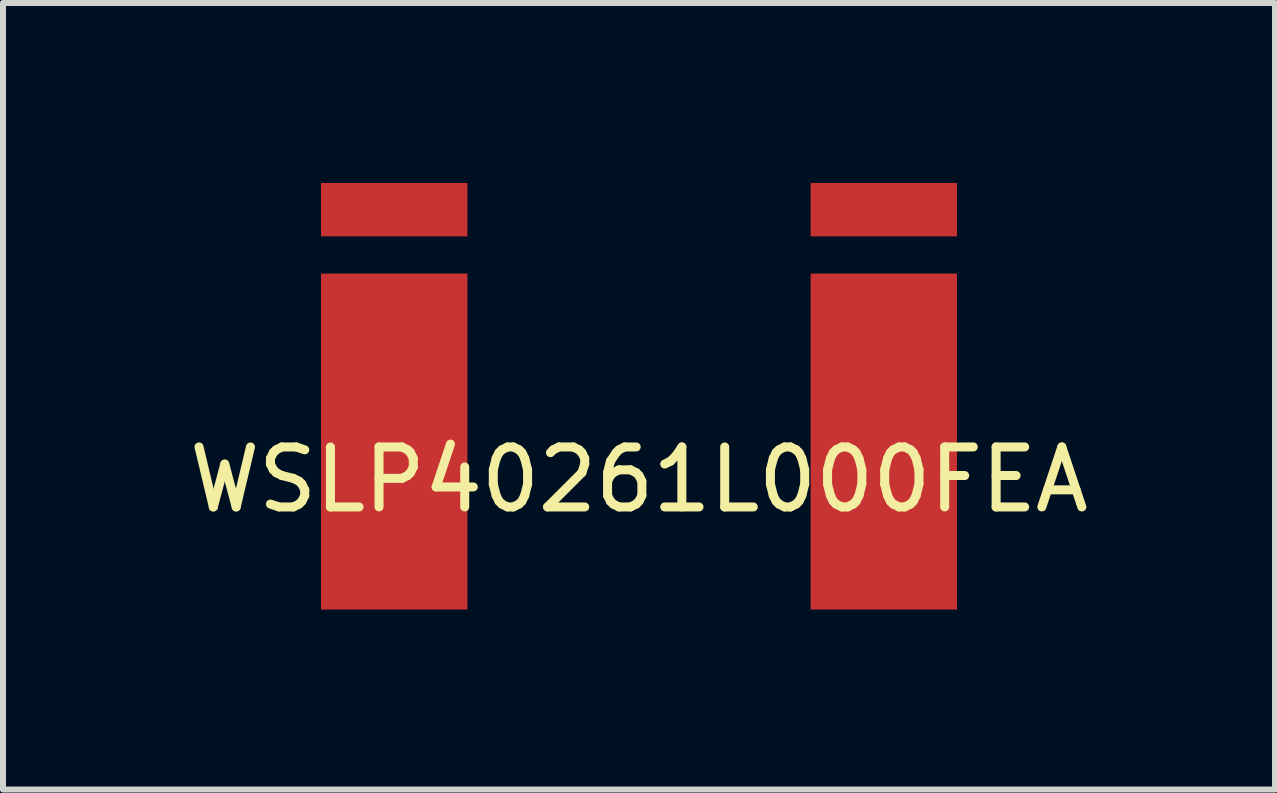
<source format=kicad_pcb>
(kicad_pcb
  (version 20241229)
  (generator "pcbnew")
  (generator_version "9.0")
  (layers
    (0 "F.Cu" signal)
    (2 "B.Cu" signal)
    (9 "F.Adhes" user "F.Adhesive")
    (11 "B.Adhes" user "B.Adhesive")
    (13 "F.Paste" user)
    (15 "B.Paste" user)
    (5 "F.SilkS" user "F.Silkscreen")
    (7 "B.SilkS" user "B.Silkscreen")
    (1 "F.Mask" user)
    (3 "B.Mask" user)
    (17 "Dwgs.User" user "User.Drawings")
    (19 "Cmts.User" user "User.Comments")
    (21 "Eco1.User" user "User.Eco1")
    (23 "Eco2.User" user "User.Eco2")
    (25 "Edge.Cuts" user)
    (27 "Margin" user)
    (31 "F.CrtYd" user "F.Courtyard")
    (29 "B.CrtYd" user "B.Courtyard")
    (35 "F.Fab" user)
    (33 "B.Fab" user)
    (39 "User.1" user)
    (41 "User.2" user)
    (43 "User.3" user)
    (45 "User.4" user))
  (footprint "WSLP40261L000FEA"
    (layer "F.Cu")
    (at 7.601 4.445)
    (property "Reference" "WSLP40261L000FEA" (at 0 0.5 0) (layer "F.SilkS") (effects (font (size 1 1) (thickness 0.15))))
    (attr through_hole)
    (pad "1" smd rect (at 4.08 -4) (size 2.44 0.89) (layers "F.Cu" "F.Mask" "F.Paste"))
    (pad "2" smd rect (at -4.08 -4) (size 2.44 0.89) (layers "F.Cu" "F.Mask" "F.Paste"))
    (pad "3" smd rect (at -4.08 -0.135) (size 2.44 5.6) (layers "F.Cu" "F.Mask" "F.Paste"))
    (pad "4" smd rect (at 4.08 -0.135) (size 2.44 5.6) (layers "F.Cu" "F.Mask" "F.Paste")))
  (gr_rect
    (start -3 -3)
    (end 18.202 10.11)
    (stroke (width 0.1) (type default))
    (fill no)
    (layer "Edge.Cuts")))
</source>
